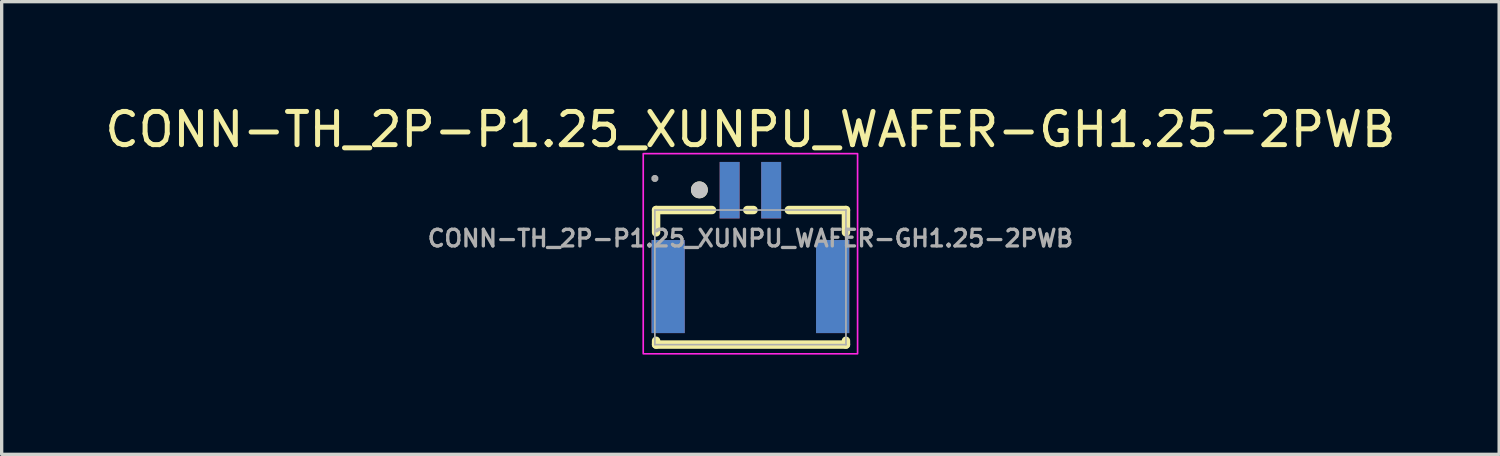
<source format=kicad_pcb>
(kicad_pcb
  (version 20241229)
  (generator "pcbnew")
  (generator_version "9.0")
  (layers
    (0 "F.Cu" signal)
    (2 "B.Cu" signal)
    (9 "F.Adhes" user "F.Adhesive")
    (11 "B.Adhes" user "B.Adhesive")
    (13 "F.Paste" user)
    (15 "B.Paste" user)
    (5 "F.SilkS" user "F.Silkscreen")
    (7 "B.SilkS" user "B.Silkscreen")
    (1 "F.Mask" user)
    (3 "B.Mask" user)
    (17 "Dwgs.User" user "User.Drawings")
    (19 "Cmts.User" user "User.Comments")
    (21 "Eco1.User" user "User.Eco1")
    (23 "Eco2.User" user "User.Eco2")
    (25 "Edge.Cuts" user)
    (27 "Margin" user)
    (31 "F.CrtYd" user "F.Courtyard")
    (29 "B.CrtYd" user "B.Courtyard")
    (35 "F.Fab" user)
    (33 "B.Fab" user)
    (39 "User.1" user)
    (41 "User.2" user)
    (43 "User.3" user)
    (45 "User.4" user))
  (footprint "CONN-TH_2P-P1.25_XUNPU_WAFER-GH1.25-2PWB"
    (layer "F.Cu")
    (at 19.53 4.123)
    (property "Reference" "CONN-TH_2P-P1.25_XUNPU_WAFER-GH1.25-2PWB" (at 0 -3.275 0) (layer "F.SilkS") (effects (font (size 1 1) (thickness 0.15))))
    (fp_line (start -2.838 -0.853) (end -2.838 -0.181) (stroke (width 0.254) (type default)) (layer "F.SilkS"))
    (fp_line (start -2.838 -0.853) (end -1.156 -0.853) (stroke (width 0.254) (type default)) (layer "F.SilkS"))
    (fp_line (start -2.838 3.195) (end -2.838 3.081) (stroke (width 0.254) (type default)) (layer "F.SilkS"))
    (fp_line (start -0.094 -0.853) (end 0.094 -0.853) (stroke (width 0.254) (type default)) (layer "F.SilkS"))
    (fp_line (start 1.156 -0.853) (end 2.875 -0.853) (stroke (width 0.254) (type default)) (layer "F.SilkS"))
    (fp_line (start 2.875 -0.853) (end 2.875 -0.181) (stroke (width 0.254) (type default)) (layer "F.SilkS"))
    (fp_line (start 2.875 3.081) (end 2.875 3.195) (stroke (width 0.254) (type default)) (layer "F.SilkS"))
    (fp_line (start 2.875 3.195) (end -2.838 3.195) (stroke (width 0.254) (type default)) (layer "F.SilkS"))
    (fp_circle (center -1.535 -1.46) (end -1.408 -1.46) (stroke (width 0.254) (type default)) (fill no) (layer "F.SilkS"))
    (fp_circle (center -1.535 -1.46) (end -1.408 -1.46) (stroke (width 0.254) (type default)) (fill no) (layer "Dwgs.User"))
    (fp_rect (start -3.225 -2.55) (end 3.225 3.473) (stroke (width 0.05) (type default)) (fill no) (layer "F.CrtYd"))
    (fp_line (start -2.875 -0.853) (end 2.875 -0.853) (stroke (width 0.051) (type default)) (layer "F.Fab"))
    (fp_line (start -2.875 3.197) (end -2.875 -0.853) (stroke (width 0.051) (type default)) (layer "F.Fab"))
    (fp_line (start 2.875 -0.853) (end 2.875 3.197) (stroke (width 0.051) (type default)) (layer "F.Fab"))
    (fp_line (start 2.875 3.197) (end -2.875 3.197) (stroke (width 0.051) (type default)) (layer "F.Fab"))
    (fp_poly (pts (xy -2.82 -1.826) (xy -2.852 -1.858) (xy -2.898 -1.858) (xy -2.93 -1.826) (xy -2.93 -1.78) (xy -2.898 -1.748) (xy -2.852 -1.748) (xy -2.82 -1.78)) (stroke (width 0.1) (type default)) (fill no) (layer "F.Fab"))
    (fp_poly (pts (xy -2.575 0.45) (xy -2.375 0.45) (xy -2.375 2.45) (xy -2.575 2.45)) (stroke (width 0.1) (type default)) (fill no) (layer "User.1"))
    (fp_poly (pts (xy -0.725 -1.803) (xy -0.525 -1.803) (xy -0.525 -0.803) (xy -0.725 -0.803)) (stroke (width 0.1) (type default)) (fill no) (layer "User.1"))
    (fp_poly (pts (xy 0.525 -1.803) (xy 0.725 -1.803) (xy 0.725 -0.803) (xy 0.525 -0.803)) (stroke (width 0.1) (type default)) (fill no) (layer "User.1"))
    (fp_poly (pts (xy 2.375 0.45) (xy 2.575 0.45) (xy 2.575 2.45) (xy 2.375 2.45)) (stroke (width 0.1) (type default)) (fill no) (layer "User.1"))
    (fp_text user "${REFERENCE}" (at 0 0 0) (layer "F.Fab") (effects (font (size 0.5 0.5) (thickness 0.1))))
    (pad "1" thru_hole rect (at -0.625 -1.45) (size 0.6 1.7) (drill 0.000001) (layers "*.Cu" "*.Mask"))
    (pad "2" thru_hole rect (at 0.625 -1.45) (size 0.6 1.7) (drill 0.000001) (layers "*.Cu" "*.Mask"))
    (pad "3" thru_hole rect (at -2.475 1.45) (size 1 2.8) (drill 0.000001) (layers "*.Cu" "*.Mask"))
    (pad "4" thru_hole rect (at 2.475 1.45) (size 1 2.8) (drill 0.000001) (layers "*.Cu" "*.Mask")))
  (gr_rect
    (start -3 -3)
    (end 42.06 10.621)
    (stroke (width 0.1) (type default))
    (fill no)
    (layer "Edge.Cuts")))
</source>
